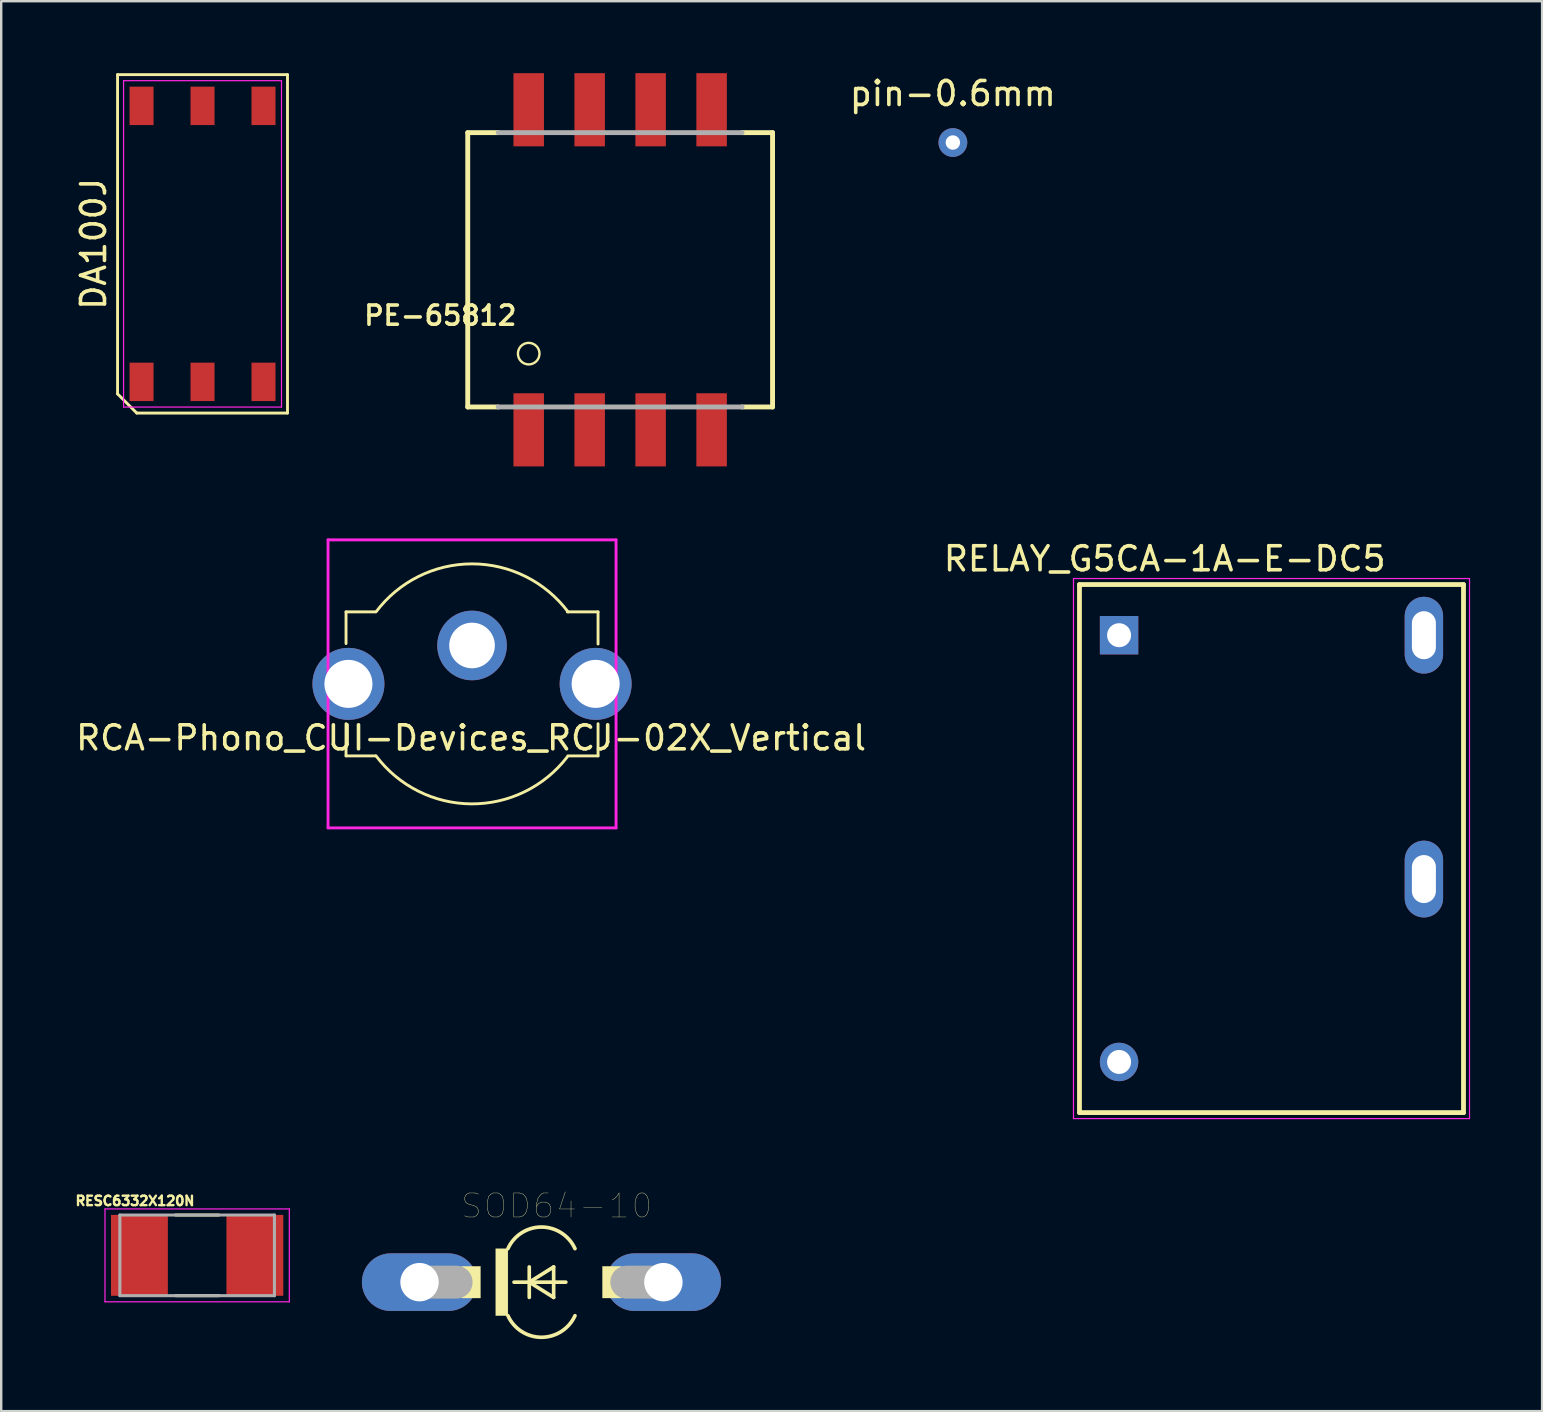
<source format=kicad_pcb>
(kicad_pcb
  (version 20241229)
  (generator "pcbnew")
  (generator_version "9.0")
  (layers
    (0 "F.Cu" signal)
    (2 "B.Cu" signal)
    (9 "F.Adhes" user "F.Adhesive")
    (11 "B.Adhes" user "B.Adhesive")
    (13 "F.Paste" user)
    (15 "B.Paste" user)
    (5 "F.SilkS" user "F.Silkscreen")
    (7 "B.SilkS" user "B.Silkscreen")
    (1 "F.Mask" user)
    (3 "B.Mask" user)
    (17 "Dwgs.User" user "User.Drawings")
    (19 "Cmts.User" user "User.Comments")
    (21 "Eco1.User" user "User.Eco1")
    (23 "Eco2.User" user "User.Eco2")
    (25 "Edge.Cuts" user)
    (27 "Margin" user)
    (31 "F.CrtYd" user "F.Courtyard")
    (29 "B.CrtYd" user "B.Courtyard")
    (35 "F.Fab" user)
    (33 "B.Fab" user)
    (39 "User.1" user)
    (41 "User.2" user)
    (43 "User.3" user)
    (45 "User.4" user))
  (footprint "SOD64-10"
    (layer "F.Cu")
    (at 19.509 50.37)
    (property "Reference" "SOD64-10" (at 0.636 -3.178 0) (layer "F.SilkS") (effects (font (size 1.001 1.001) (thickness 0.015))))
    (attr through_hole)
    (fp_line (start -1.143 0) (end -0.508 0) (stroke (width 0.152) (type solid)) (layer "F.SilkS"))
    (fp_line (start -0.508 -0.635) (end -0.508 0) (stroke (width 0.152) (type solid)) (layer "F.SilkS"))
    (fp_line (start -0.508 0) (end -0.508 0.635) (stroke (width 0.152) (type solid)) (layer "F.SilkS"))
    (fp_line (start -0.508 0) (end 0.508 -0.635) (stroke (width 0.152) (type solid)) (layer "F.SilkS"))
    (fp_line (start -0.508 0) (end 1.016 0) (stroke (width 0.152) (type solid)) (layer "F.SilkS"))
    (fp_line (start 0.508 -0.635) (end 0.508 0.635) (stroke (width 0.152) (type solid)) (layer "F.SilkS"))
    (fp_line (start 0.508 0.635) (end -0.508 0) (stroke (width 0.152) (type solid)) (layer "F.SilkS"))
    (fp_arc (start -1.397 -1.397001) (mid 0 -2.296547) (end 1.397 -1.397) (stroke (width 0.1524) (type solid)) (layer "F.SilkS"))
    (fp_arc (start 1.397 1.397) (mid 0 2.296546) (end -1.397 1.397001) (stroke (width 0.1524) (type solid)) (layer "F.SilkS"))
    (fp_poly (pts (xy -3.329 -0.66) (xy -2.54 -0.66) (xy -2.54 0.661) (xy -3.329 0.661)) (stroke (width 0.01) (type solid)) (fill yes) (layer "F.SilkS"))
    (fp_poly (pts (xy -1.905 -1.397) (xy -1.397 -1.397) (xy -1.397 1.397) (xy -1.905 1.397)) (stroke (width 0.01) (type solid)) (fill yes) (layer "F.SilkS"))
    (fp_poly (pts (xy 2.541 -0.66) (xy 3.327 -0.66) (xy 3.327 0.661) (xy 2.541 0.661)) (stroke (width 0.01) (type solid)) (fill yes) (layer "F.SilkS"))
    (fp_line (start -5.08 0) (end -3.556 0) (stroke (width 1.372) (type solid)) (layer "F.Fab"))
    (fp_line (start 5.08 0) (end 3.556 0) (stroke (width 1.372) (type solid)) (layer "F.Fab"))
    (pad "1" thru_hole oval (at -5.08 0) (size 4.801 2.4) (drill 1.6) (layers "*.Cu" "*.Mask"))
    (pad "2" thru_hole oval (at 5.08 0) (size 4.801 2.4) (drill 1.6) (layers "*.Cu" "*.Mask")))
  (footprint "PE-65812"
    (layer "F.Cu")
    (at 22.788 8.191)
    (property "Reference" "PE-65812" (at -7.493 1.905 180) (layer "F.SilkS") (effects (font (size 0.8 0.8) (thickness 0.15))))
    (attr through_hole)
    (fp_line (start -6.35 -5.715) (end -5.08 -5.715) (stroke (width 0.203) (type solid)) (layer "F.SilkS"))
    (fp_line (start -6.35 5.715) (end -6.35 -5.715) (stroke (width 0.203) (type solid)) (layer "F.SilkS"))
    (fp_line (start -5.08 5.715) (end -6.35 5.715) (stroke (width 0.203) (type solid)) (layer "F.SilkS"))
    (fp_line (start 5.08 -5.715) (end 6.35 -5.715) (stroke (width 0.203) (type solid)) (layer "F.SilkS"))
    (fp_line (start 6.35 -5.715) (end 6.35 5.715) (stroke (width 0.203) (type solid)) (layer "F.SilkS"))
    (fp_line (start 6.35 5.715) (end 5.08 5.715) (stroke (width 0.203) (type solid)) (layer "F.SilkS"))
    (fp_circle (center -3.81 3.493) (end -3.361 3.493) (stroke (width 0.1) (type solid)) (fill no) (layer "F.SilkS"))
    (fp_line (start -5.08 -5.715) (end 5.08 -5.715) (stroke (width 0.203) (type solid)) (layer "F.Fab"))
    (fp_line (start 5.08 5.715) (end -5.08 5.715) (stroke (width 0.203) (type solid)) (layer "F.Fab"))
    (pad "1" smd rect (at -3.81 6.668) (size 1.27 3.048) (layers "F.Cu" "F.Mask" "F.Paste"))
    (pad "2" smd rect (at -1.27 6.668) (size 1.27 3.048) (layers "F.Cu" "F.Mask" "F.Paste"))
    (pad "3" smd rect (at 1.27 6.668) (size 1.27 3.048) (layers "F.Cu" "F.Mask" "F.Paste"))
    (pad "4" smd rect (at 3.81 6.668) (size 1.27 3.048) (layers "F.Cu" "F.Mask" "F.Paste"))
    (pad "5" smd rect (at 3.81 -6.668) (size 1.27 3.048) (layers "F.Cu" "F.Mask" "F.Paste"))
    (pad "6" smd rect (at 1.27 -6.668) (size 1.27 3.048) (layers "F.Cu" "F.Mask" "F.Paste"))
    (pad "7" smd rect (at -1.27 -6.668) (size 1.27 3.048) (layers "F.Cu" "F.Mask" "F.Paste"))
    (pad "8" smd rect (at -3.81 -6.668) (size 1.27 3.048) (layers "F.Cu" "F.Mask" "F.Paste")))
  (footprint "RELAY_G5CA-1A-E-DC5"
    (layer "F.Cu")
    (at 49.925 32.305)
    (property "Reference" "RELAY_G5CA-1A-E-DC5" (at -4.448 -12.073 0) (layer "F.SilkS") (effects (font (size 1.001 1.001) (thickness 0.15))))
    (attr through_hole)
    (fp_line (start -8 -11) (end 8 -11) (stroke (width 0.2) (type solid)) (layer "F.SilkS"))
    (fp_line (start -8 11) (end -8 -11) (stroke (width 0.2) (type solid)) (layer "F.SilkS"))
    (fp_line (start 8 -11) (end 8 11) (stroke (width 0.2) (type solid)) (layer "F.SilkS"))
    (fp_line (start 8 11) (end -8 11) (stroke (width 0.2) (type solid)) (layer "F.SilkS"))
    (fp_line (start -8.25 -11.25) (end 8.25 -11.25) (stroke (width 0.05) (type solid)) (layer "F.CrtYd"))
    (fp_line (start -8.25 11.25) (end -8.25 -11.25) (stroke (width 0.05) (type solid)) (layer "F.CrtYd"))
    (fp_line (start 8.25 -11.25) (end 8.25 11.25) (stroke (width 0.05) (type solid)) (layer "F.CrtYd"))
    (fp_line (start 8.25 11.25) (end -8.25 11.25) (stroke (width 0.05) (type solid)) (layer "F.CrtYd"))
    (pad "1" thru_hole rect (at -6.35 -8.89) (size 1.6 1.6) (drill 1) (layers "*.Cu" "*.Mask"))
    (pad "2" thru_hole circle (at -6.35 8.89) (size 1.6 1.6) (drill 1) (layers "*.Cu" "*.Mask"))
    (pad "3" thru_hole oval (at 6.35 1.27) (size 1.6 3.2) (drill oval 1 2) (layers "*.Cu" "*.Mask"))
    (pad "4" thru_hole oval (at 6.35 -8.89) (size 1.6 3.2) (drill oval 1 2) (layers "*.Cu" "*.Mask")))
  (footprint "pin-0.6mm"
    (layer "F.Cu")
    (at 36.65 0.348)
    (property "Reference" "pin-0.6mm" (at 0 0.5 0) (layer "F.SilkS") (effects (font (size 1 1) (thickness 0.15))))
    (attr through_hole)
    (pad "1" thru_hole circle (at 0 2.54) (size 1.2 1.2) (drill 0.6) (layers "*.Cu" "*.Mask")))
  (footprint "RESC6332X120N"
    (layer "F.Cu")
    (at 5.164 49.253)
    (property "Reference" "RESC6332X120N" (at -2.59 -2.27 0) (layer "F.SilkS") (effects (font (size 0.394 0.394) (thickness 0.15))))
    (attr smd)
    (fp_line (start -0.9 -1.68) (end 0.9 -1.68) (stroke (width 0.127) (type solid)) (layer "F.SilkS"))
    (fp_line (start -0.9 1.68) (end 0.9 1.68) (stroke (width 0.127) (type solid)) (layer "F.SilkS"))
    (fp_line (start -3.84 -1.935) (end 3.84 -1.935) (stroke (width 0.05) (type solid)) (layer "F.CrtYd"))
    (fp_line (start -3.84 1.935) (end -3.84 -1.935) (stroke (width 0.05) (type solid)) (layer "F.CrtYd"))
    (fp_line (start -3.84 1.935) (end 3.84 1.935) (stroke (width 0.05) (type solid)) (layer "F.CrtYd"))
    (fp_line (start 3.84 1.935) (end 3.84 -1.935) (stroke (width 0.05) (type solid)) (layer "F.CrtYd"))
    (fp_line (start -3.22 1.68) (end -3.22 -1.68) (stroke (width 0.127) (type solid)) (layer "F.Fab"))
    (fp_line (start 3.22 -1.68) (end -3.22 -1.68) (stroke (width 0.127) (type solid)) (layer "F.Fab"))
    (fp_line (start 3.22 1.68) (end -3.22 1.68) (stroke (width 0.127) (type solid)) (layer "F.Fab"))
    (fp_line (start 3.22 1.68) (end 3.22 -1.68) (stroke (width 0.127) (type solid)) (layer "F.Fab"))
    (pad "1" smd rect (at -2.405 0) (size 2.37 3.37) (layers "F.Cu" "F.Mask" "F.Paste"))
    (pad "2" smd rect (at 2.405 0) (size 2.37 3.37) (layers "F.Cu" "F.Mask" "F.Paste")))
  (footprint "DA100J"
    (layer "F.Cu")
    (at 5.388 7.11)
    (property "Reference" "DA100J" (at -4.54 0 90) (layer "F.SilkS") (effects (font (size 1 1) (thickness 0.15))))
    (attr smd)
    (fp_line (start -3.54 -7.05) (end 3.54 -7.05) (stroke (width 0.12) (type solid)) (layer "F.SilkS"))
    (fp_line (start -3.54 6.25) (end -3.54 -7.05) (stroke (width 0.12) (type solid)) (layer "F.SilkS"))
    (fp_line (start -2.74 7.05) (end -3.54 6.25) (stroke (width 0.12) (type solid)) (layer "F.SilkS"))
    (fp_line (start 3.54 -7.05) (end 3.54 7.05) (stroke (width 0.12) (type solid)) (layer "F.SilkS"))
    (fp_line (start 3.54 7.05) (end -2.74 7.05) (stroke (width 0.12) (type solid)) (layer "F.SilkS"))
    (fp_line (start -3.29 -6.8) (end 3.29 -6.8) (stroke (width 0.05) (type solid)) (layer "F.CrtYd"))
    (fp_line (start -3.29 6.8) (end -3.29 -6.8) (stroke (width 0.05) (type solid)) (layer "F.CrtYd"))
    (fp_line (start 3.29 -6.8) (end 3.29 6.8) (stroke (width 0.05) (type solid)) (layer "F.CrtYd"))
    (fp_line (start 3.29 6.8) (end -3.29 6.8) (stroke (width 0.05) (type solid)) (layer "F.CrtYd"))
    (pad "1" smd rect (at -2.54 5.75) (size 1 1.6) (layers "F.Cu" "F.Mask" "F.Paste"))
    (pad "2" smd rect (at 0 5.75) (size 1 1.6) (layers "F.Cu" "F.Mask" "F.Paste"))
    (pad "3" smd rect (at 2.54 5.75) (size 1 1.6) (layers "F.Cu" "F.Mask" "F.Paste"))
    (pad "4" smd rect (at 2.54 -5.75) (size 1 1.6) (layers "F.Cu" "F.Mask" "F.Paste"))
    (pad "5" smd rect (at 0 -5.75) (size 1 1.6) (layers "F.Cu" "F.Mask" "F.Paste"))
    (pad "6" smd rect (at -2.54 -5.75) (size 1 1.6) (layers "F.Cu" "F.Mask" "F.Paste")))
  (footprint "RCA-Phono_CUI-Devices_RCJ-02X_Vertical"
    (layer "F.Cu")
    (at 16.617 25.443)
    (property "Reference" "RCA-Phono_CUI-Devices_RCJ-02X_Vertical" (at -0.04 2.25 0) (layer "F.SilkS") (effects (font (size 1 1) (thickness 0.15))))
    (attr through_hole)
    (fp_line (start -5.25 -3) (end -5.25 -1.68) (stroke (width 0.12) (type solid)) (layer "F.SilkS"))
    (fp_line (start -5.25 -3) (end -4.03 -3) (stroke (width 0.12) (type solid)) (layer "F.SilkS"))
    (fp_line (start -5.25 3) (end -5.25 1.66) (stroke (width 0.12) (type solid)) (layer "F.SilkS"))
    (fp_line (start -5.25 3) (end -4.02 3) (stroke (width 0.12) (type solid)) (layer "F.SilkS"))
    (fp_line (start 5.25 -3) (end 3.97 -3) (stroke (width 0.12) (type solid)) (layer "F.SilkS"))
    (fp_line (start 5.25 -3) (end 5.25 -1.66) (stroke (width 0.12) (type solid)) (layer "F.SilkS"))
    (fp_line (start 5.25 3) (end 3.99 3) (stroke (width 0.12) (type solid)) (layer "F.SilkS"))
    (fp_line (start 5.25 3) (end 5.25 1.66) (stroke (width 0.12) (type solid)) (layer "F.SilkS"))
    (fp_arc (start -4 -2.999999) (mid -0.000001 -4.999999) (end 3.999999 -3) (stroke (width 0.12) (type solid)) (layer "F.SilkS"))
    (fp_arc (start 3.96312 3.048554) (mid -0.030486 4.999907) (end -4 3) (stroke (width 0.12) (type solid)) (layer "F.SilkS"))
    (fp_line (start -6 -6) (end 6 -6) (stroke (width 0.12) (type solid)) (layer "F.CrtYd"))
    (fp_line (start -6 6) (end -6 -6) (stroke (width 0.12) (type solid)) (layer "F.CrtYd"))
    (fp_line (start 6 -6) (end 6 6) (stroke (width 0.12) (type solid)) (layer "F.CrtYd"))
    (fp_line (start 6 6) (end -6 6) (stroke (width 0.12) (type solid)) (layer "F.CrtYd"))
    (pad "1" thru_hole circle (at 0 -1.6) (size 2.9 2.9) (drill 1.9) (layers "*.Cu" "*.Mask"))
    (pad "2" thru_hole circle (at -5.15 0) (size 3 3) (drill 2) (layers "*.Cu" "*.Mask"))
    (pad "2" thru_hole circle (at 5.15 0) (size 3 3) (drill 2) (layers "*.Cu" "*.Mask")))
  (gr_rect
    (start -3 -3)
    (end 61.2 55.743)
    (stroke (width 0.1) (type default))
    (fill no)
    (layer "Edge.Cuts")))
</source>
